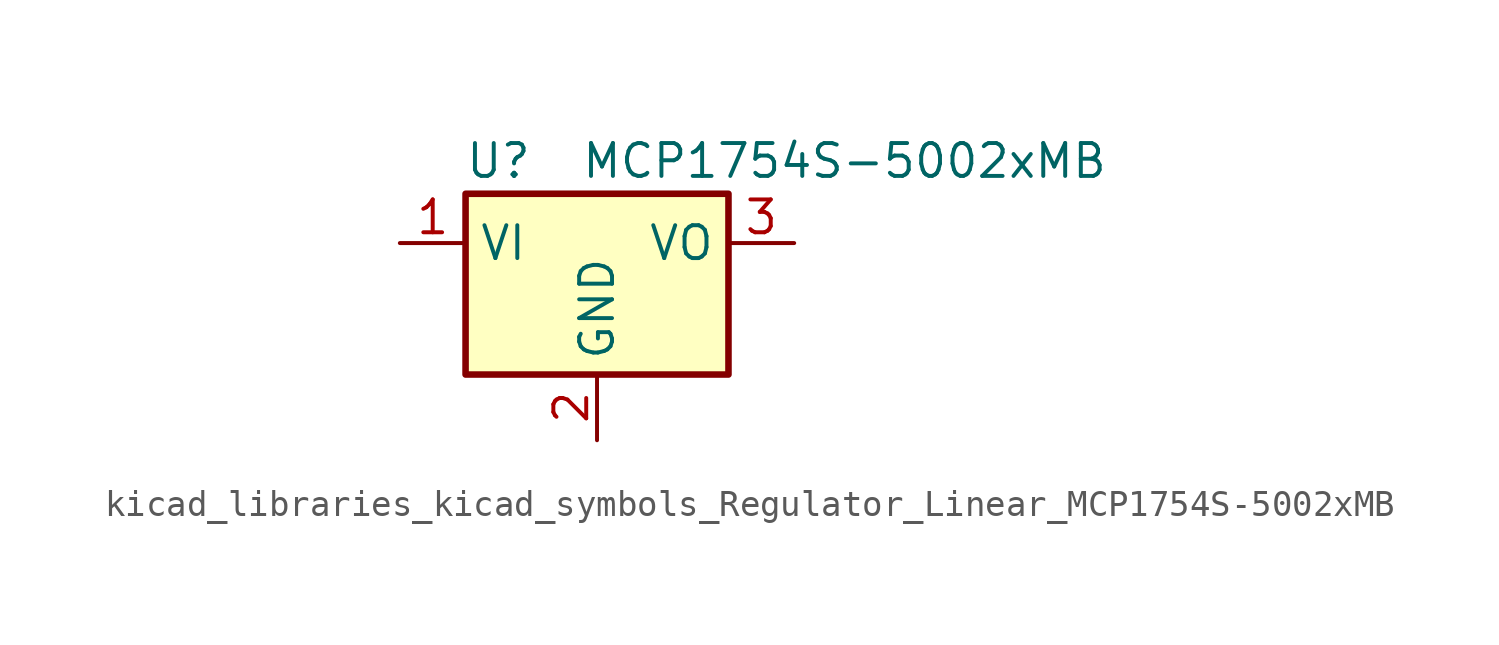
<source format=kicad_sym>
(kicad_symbol_lib
  (version 20220914)
  (generator kicad_symbol_editor)
  (symbol "kicad_libraries_kicad_symbols_Regulator_Linear_MCP1754S-5002xMB"
    (property "Reference" "U"
      (at -3.81 3.175 0)
      (effects (font (size 1.27 1.27))))
    (property "Value" "MCP1754S-5002xMB"
      (at -0.635 3.175 0)
      (effects (font (size 1.27 1.27)) (justify left)))
    (symbol "kicad_libraries_kicad_symbols_Regulator_Linear_MCP1754S-5002xMB_0_1"
      (rectangle (start -5.08 -5.08) (end 5.08 1.905) (stroke (width 0.254) (type default)) (fill (type background))))
    (symbol "kicad_libraries_kicad_symbols_Regulator_Linear_MCP1754S-5002xMB_1_1"
      (pin power_in line (at -7.62 0 0) (length 2.54) (name "VI" (effects (font (size 1.27 1.27)))) (number "1" (effects (font (size 1.27 1.27)))))
      (pin power_in line (at 0 -7.62 90) (length 2.54) (name "GND" (effects (font (size 1.27 1.27)))) (number "2" (effects (font (size 1.27 1.27)))))
      (pin power_out line (at 7.62 0 180) (length 2.54) (name "VO" (effects (font (size 1.27 1.27)))) (number "3" (effects (font (size 1.27 1.27))))))))
</source>
